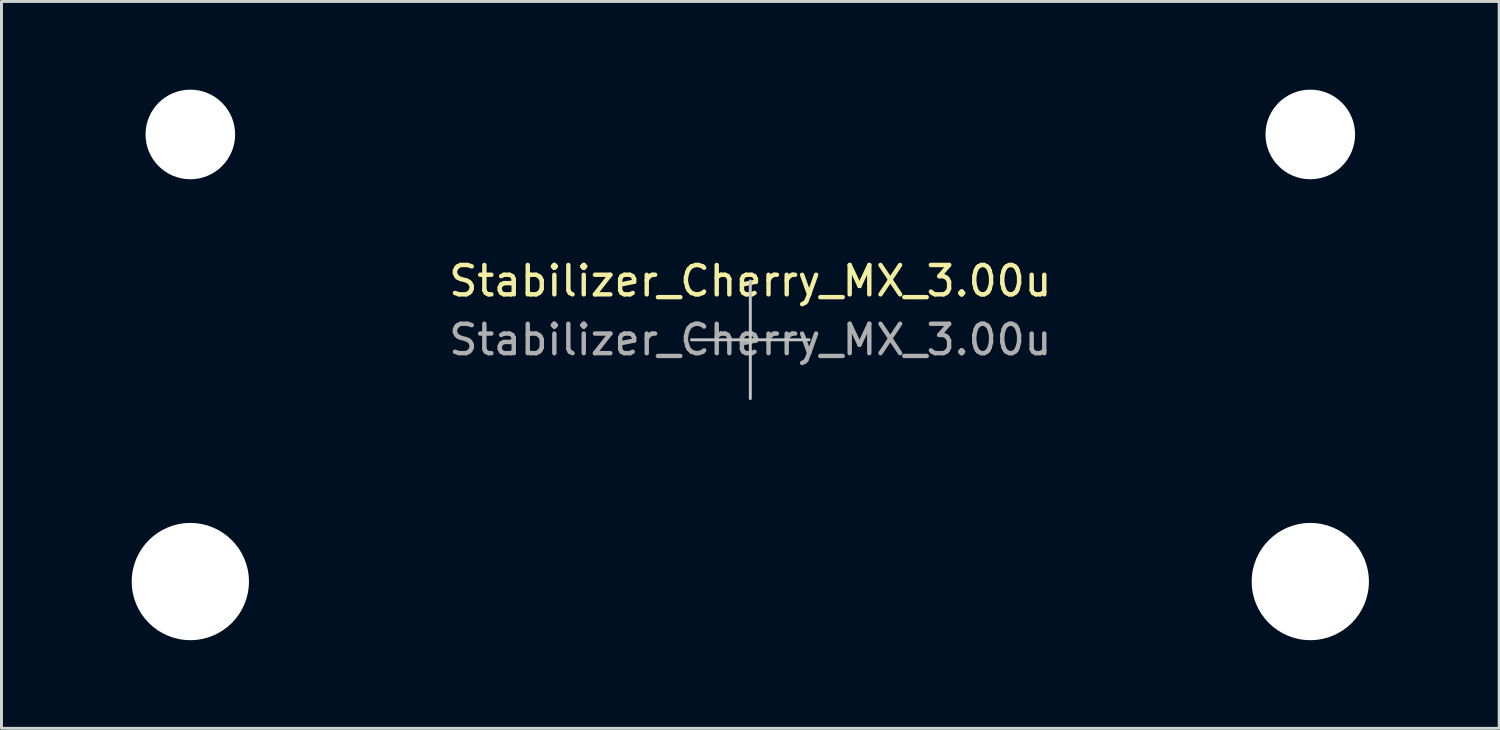
<source format=kicad_pcb>
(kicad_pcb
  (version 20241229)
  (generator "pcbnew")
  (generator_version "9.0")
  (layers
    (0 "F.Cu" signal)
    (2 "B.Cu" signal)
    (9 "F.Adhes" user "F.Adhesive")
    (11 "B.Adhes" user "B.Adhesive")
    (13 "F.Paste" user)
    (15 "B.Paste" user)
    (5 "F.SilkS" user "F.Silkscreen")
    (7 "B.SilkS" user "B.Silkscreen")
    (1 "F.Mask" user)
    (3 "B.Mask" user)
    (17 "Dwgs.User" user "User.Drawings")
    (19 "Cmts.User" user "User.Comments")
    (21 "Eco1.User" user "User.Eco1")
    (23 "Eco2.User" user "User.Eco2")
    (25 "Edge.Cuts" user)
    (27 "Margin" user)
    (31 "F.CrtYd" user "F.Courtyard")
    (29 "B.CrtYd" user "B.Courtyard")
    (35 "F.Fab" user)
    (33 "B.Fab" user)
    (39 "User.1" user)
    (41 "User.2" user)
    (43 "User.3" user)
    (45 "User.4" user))
  (footprint "Stabilizer_Cherry_MX_3.00u"
    (layer "F.Cu")
    (at 22.475 8.509)
    (property "Reference" "Stabilizer_Cherry_MX_3.00u" (at 0 -2 0) (layer "F.SilkS") (effects (font (size 1 1) (thickness 0.15))))
    (attr exclude_from_pos_files exclude_from_bom)
    (fp_line (start -2 0) (end 2 0) (stroke (width 0.1) (type solid)) (layer "Dwgs.User"))
    (fp_line (start 0 2) (end 0 -2) (stroke (width 0.1) (type solid)) (layer "Dwgs.User"))
    (fp_line (start -22.425 -5.53) (end -22.425 6.77) (stroke (width 0.1) (type solid)) (layer "Eco1.User"))
    (fp_line (start -22.425 6.77) (end -15.675 6.77) (stroke (width 0.1) (type solid)) (layer "Eco1.User"))
    (fp_line (start -15.675 -5.53) (end -22.425 -5.53) (stroke (width 0.1) (type solid)) (layer "Eco1.User"))
    (fp_line (start -15.675 6.77) (end -15.675 -5.53) (stroke (width 0.1) (type solid)) (layer "Eco1.User"))
    (fp_line (start 15.675 -5.53) (end 15.675 6.77) (stroke (width 0.1) (type solid)) (layer "Eco1.User"))
    (fp_line (start 15.675 6.77) (end 22.425 6.77) (stroke (width 0.1) (type solid)) (layer "Eco1.User"))
    (fp_line (start 22.425 -5.53) (end 15.675 -5.53) (stroke (width 0.1) (type solid)) (layer "Eco1.User"))
    (fp_line (start 22.425 6.77) (end 22.425 -5.53) (stroke (width 0.1) (type solid)) (layer "Eco1.User"))
    (fp_text user "${REFERENCE}" (at 0 0 0) (layer "F.Fab") (effects (font (size 1 1) (thickness 0.15))))
    (pad "" np_thru_hole circle (at -19.05 -6.985) (size 3.048 3.048) (drill 3.048) (layers "*.Cu" "*.Mask"))
    (pad "" np_thru_hole circle (at -19.05 8.225) (size 3.988 3.988) (drill 3.988) (layers "*.Cu" "*.Mask"))
    (pad "" np_thru_hole circle (at 19.05 -6.985) (size 3.048 3.048) (drill 3.048) (layers "*.Cu" "*.Mask"))
    (pad "" np_thru_hole circle (at 19.05 8.225) (size 3.988 3.988) (drill 3.988) (layers "*.Cu" "*.Mask")))
  (gr_rect
    (start -3 -3)
    (end 47.95 21.728)
    (stroke (width 0.1) (type default))
    (fill no)
    (layer "Edge.Cuts")))
</source>
